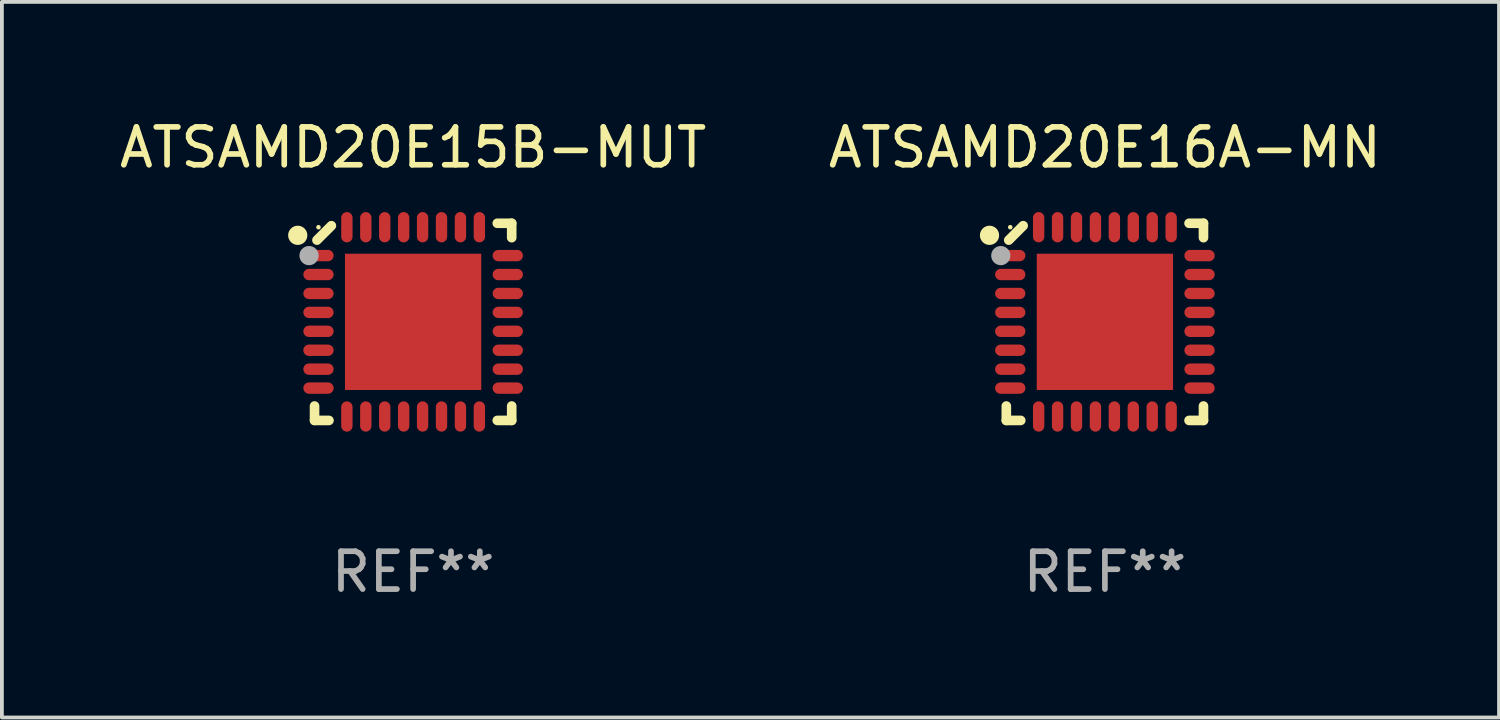
<source format=kicad_pcb>
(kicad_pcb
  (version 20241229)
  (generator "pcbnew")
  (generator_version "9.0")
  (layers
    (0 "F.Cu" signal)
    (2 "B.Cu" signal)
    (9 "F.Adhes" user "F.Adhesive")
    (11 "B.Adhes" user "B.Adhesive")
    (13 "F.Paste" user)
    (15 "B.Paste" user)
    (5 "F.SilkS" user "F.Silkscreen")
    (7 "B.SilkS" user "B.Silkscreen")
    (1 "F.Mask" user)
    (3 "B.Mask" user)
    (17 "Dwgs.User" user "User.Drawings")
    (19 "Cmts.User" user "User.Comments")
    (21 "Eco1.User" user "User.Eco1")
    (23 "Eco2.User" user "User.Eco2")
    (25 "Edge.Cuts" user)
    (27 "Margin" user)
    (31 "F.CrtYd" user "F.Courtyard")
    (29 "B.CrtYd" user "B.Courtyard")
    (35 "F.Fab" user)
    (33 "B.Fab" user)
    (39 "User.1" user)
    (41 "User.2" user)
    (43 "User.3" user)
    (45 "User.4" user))
  (footprint "ATSAMD20E16A-MN"
    (layer "F.Cu")
    (at 26.137 5.452)
    (property "Reference" "ATSAMD20E16A-MN" (at 0 -4.604 0) (layer "F.SilkS") (effects (font (size 1 1) (thickness 0.15))))
    (attr through_hole)
    (fp_line (start -2.604 2.223) (end -2.604 2.604) (stroke (width 0.254) (type solid)) (layer "F.SilkS"))
    (fp_line (start -2.604 2.604) (end -2.223 2.604) (stroke (width 0.254) (type solid)) (layer "F.SilkS"))
    (fp_line (start -2.159 -2.54) (end -2.54 -2.159) (stroke (width 0.254) (type solid)) (layer "F.SilkS"))
    (fp_line (start 2.223 2.604) (end 2.604 2.604) (stroke (width 0.254) (type solid)) (layer "F.SilkS"))
    (fp_line (start 2.604 -2.604) (end 2.223 -2.604) (stroke (width 0.254) (type solid)) (layer "F.SilkS"))
    (fp_line (start 2.604 -2.223) (end 2.604 -2.604) (stroke (width 0.254) (type solid)) (layer "F.SilkS"))
    (fp_line (start 2.604 2.604) (end 2.604 2.223) (stroke (width 0.254) (type solid)) (layer "F.SilkS"))
    (fp_circle (center -3.048 -2.286) (end -2.921 -2.286) (stroke (width 0.254) (type solid)) (fill no) (layer "F.SilkS"))
    (fp_circle (center -2.5 -2.5) (end -2.47 -2.5) (stroke (width 0.06) (type solid)) (fill no) (layer "F.SilkS"))
    (fp_circle (center -2.75 -1.75) (end -2.623 -1.75) (stroke (width 0.254) (type solid)) (fill no) (layer "F.Fab"))
    (fp_text user "REF**" (at 0 6.604 0) (layer "F.Fab") (effects (font (size 1 1) (thickness 0.15))))
    (pad "1" smd oval (at -2.5 -1.75) (size 0.8 0.3) (layers "F.Cu" "F.Mask" "F.Paste"))
    (pad "2" smd oval (at -2.5 -1.25) (size 0.8 0.3) (layers "F.Cu" "F.Mask" "F.Paste"))
    (pad "3" smd oval (at -2.5 -0.75) (size 0.8 0.3) (layers "F.Cu" "F.Mask" "F.Paste"))
    (pad "4" smd oval (at -2.5 -0.25) (size 0.8 0.3) (layers "F.Cu" "F.Mask" "F.Paste"))
    (pad "5" smd oval (at -2.5 0.25) (size 0.8 0.3) (layers "F.Cu" "F.Mask" "F.Paste"))
    (pad "6" smd oval (at -2.5 0.75) (size 0.8 0.3) (layers "F.Cu" "F.Mask" "F.Paste"))
    (pad "7" smd oval (at -2.5 1.25) (size 0.8 0.3) (layers "F.Cu" "F.Mask" "F.Paste"))
    (pad "8" smd oval (at -2.5 1.75) (size 0.8 0.3) (layers "F.Cu" "F.Mask" "F.Paste"))
    (pad "9" smd oval (at -1.75 2.5) (size 0.3 0.8) (layers "F.Cu" "F.Mask" "F.Paste"))
    (pad "10" smd oval (at -1.25 2.5) (size 0.3 0.8) (layers "F.Cu" "F.Mask" "F.Paste"))
    (pad "11" smd oval (at -0.75 2.5) (size 0.3 0.8) (layers "F.Cu" "F.Mask" "F.Paste"))
    (pad "12" smd oval (at -0.25 2.5) (size 0.3 0.8) (layers "F.Cu" "F.Mask" "F.Paste"))
    (pad "13" smd oval (at 0.25 2.5) (size 0.3 0.8) (layers "F.Cu" "F.Mask" "F.Paste"))
    (pad "14" smd oval (at 0.75 2.5) (size 0.3 0.8) (layers "F.Cu" "F.Mask" "F.Paste"))
    (pad "15" smd oval (at 1.25 2.5) (size 0.3 0.8) (layers "F.Cu" "F.Mask" "F.Paste"))
    (pad "16" smd oval (at 1.75 2.5) (size 0.3 0.8) (layers "F.Cu" "F.Mask" "F.Paste"))
    (pad "17" smd oval (at 2.5 1.75) (size 0.8 0.3) (layers "F.Cu" "F.Mask" "F.Paste"))
    (pad "18" smd oval (at 2.5 1.25) (size 0.8 0.3) (layers "F.Cu" "F.Mask" "F.Paste"))
    (pad "19" smd oval (at 2.5 0.75) (size 0.8 0.3) (layers "F.Cu" "F.Mask" "F.Paste"))
    (pad "20" smd oval (at 2.5 0.25) (size 0.8 0.3) (layers "F.Cu" "F.Mask" "F.Paste"))
    (pad "21" smd oval (at 2.5 -0.25) (size 0.8 0.3) (layers "F.Cu" "F.Mask" "F.Paste"))
    (pad "22" smd oval (at 2.5 -0.75) (size 0.8 0.3) (layers "F.Cu" "F.Mask" "F.Paste"))
    (pad "23" smd oval (at 2.5 -1.25) (size 0.8 0.3) (layers "F.Cu" "F.Mask" "F.Paste"))
    (pad "24" smd oval (at 2.5 -1.75) (size 0.8 0.3) (layers "F.Cu" "F.Mask" "F.Paste"))
    (pad "25" smd oval (at 1.75 -2.5) (size 0.3 0.8) (layers "F.Cu" "F.Mask" "F.Paste"))
    (pad "26" smd oval (at 1.25 -2.5) (size 0.3 0.8) (layers "F.Cu" "F.Mask" "F.Paste"))
    (pad "27" smd oval (at 0.75 -2.5) (size 0.3 0.8) (layers "F.Cu" "F.Mask" "F.Paste"))
    (pad "28" smd oval (at 0.25 -2.5) (size 0.3 0.8) (layers "F.Cu" "F.Mask" "F.Paste"))
    (pad "29" smd oval (at -0.25 -2.5) (size 0.3 0.8) (layers "F.Cu" "F.Mask" "F.Paste"))
    (pad "30" smd oval (at -0.75 -2.5) (size 0.3 0.8) (layers "F.Cu" "F.Mask" "F.Paste"))
    (pad "31" smd oval (at -1.25 -2.5) (size 0.3 0.8) (layers "F.Cu" "F.Mask" "F.Paste"))
    (pad "32" smd oval (at -1.75 -2.5) (size 0.3 0.8) (layers "F.Cu" "F.Mask" "F.Paste"))
    (pad "33" smd rect (at -0.000076 0) (size 3.6 3.6) (layers "F.Cu" "F.Mask" "F.Paste")))
  (footprint "ATSAMD20E15B-MUT"
    (layer "F.Cu")
    (at 7.863 5.452)
    (property "Reference" "ATSAMD20E15B-MUT" (at 0 -4.604 0) (layer "F.SilkS") (effects (font (size 1 1) (thickness 0.15))))
    (attr through_hole)
    (fp_line (start -2.604 2.223) (end -2.604 2.604) (stroke (width 0.254) (type solid)) (layer "F.SilkS"))
    (fp_line (start -2.604 2.604) (end -2.223 2.604) (stroke (width 0.254) (type solid)) (layer "F.SilkS"))
    (fp_line (start -2.159 -2.54) (end -2.54 -2.159) (stroke (width 0.254) (type solid)) (layer "F.SilkS"))
    (fp_line (start 2.223 2.604) (end 2.604 2.604) (stroke (width 0.254) (type solid)) (layer "F.SilkS"))
    (fp_line (start 2.604 -2.604) (end 2.223 -2.604) (stroke (width 0.254) (type solid)) (layer "F.SilkS"))
    (fp_line (start 2.604 -2.223) (end 2.604 -2.604) (stroke (width 0.254) (type solid)) (layer "F.SilkS"))
    (fp_line (start 2.604 2.604) (end 2.604 2.223) (stroke (width 0.254) (type solid)) (layer "F.SilkS"))
    (fp_circle (center -3.048 -2.286) (end -2.921 -2.286) (stroke (width 0.254) (type solid)) (fill no) (layer "F.SilkS"))
    (fp_circle (center -2.5 -2.5) (end -2.47 -2.5) (stroke (width 0.06) (type solid)) (fill no) (layer "F.SilkS"))
    (fp_circle (center -2.75 -1.75) (end -2.623 -1.75) (stroke (width 0.254) (type solid)) (fill no) (layer "F.Fab"))
    (fp_text user "REF**" (at 0 6.604 0) (layer "F.Fab") (effects (font (size 1 1) (thickness 0.15))))
    (pad "1" smd oval (at -2.5 -1.75) (size 0.8 0.3) (layers "F.Cu" "F.Mask" "F.Paste"))
    (pad "2" smd oval (at -2.5 -1.25) (size 0.8 0.3) (layers "F.Cu" "F.Mask" "F.Paste"))
    (pad "3" smd oval (at -2.5 -0.75) (size 0.8 0.3) (layers "F.Cu" "F.Mask" "F.Paste"))
    (pad "4" smd oval (at -2.5 -0.25) (size 0.8 0.3) (layers "F.Cu" "F.Mask" "F.Paste"))
    (pad "5" smd oval (at -2.5 0.25) (size 0.8 0.3) (layers "F.Cu" "F.Mask" "F.Paste"))
    (pad "6" smd oval (at -2.5 0.75) (size 0.8 0.3) (layers "F.Cu" "F.Mask" "F.Paste"))
    (pad "7" smd oval (at -2.5 1.25) (size 0.8 0.3) (layers "F.Cu" "F.Mask" "F.Paste"))
    (pad "8" smd oval (at -2.5 1.75) (size 0.8 0.3) (layers "F.Cu" "F.Mask" "F.Paste"))
    (pad "9" smd oval (at -1.75 2.5) (size 0.3 0.8) (layers "F.Cu" "F.Mask" "F.Paste"))
    (pad "10" smd oval (at -1.25 2.5) (size 0.3 0.8) (layers "F.Cu" "F.Mask" "F.Paste"))
    (pad "11" smd oval (at -0.75 2.5) (size 0.3 0.8) (layers "F.Cu" "F.Mask" "F.Paste"))
    (pad "12" smd oval (at -0.25 2.5) (size 0.3 0.8) (layers "F.Cu" "F.Mask" "F.Paste"))
    (pad "13" smd oval (at 0.25 2.5) (size 0.3 0.8) (layers "F.Cu" "F.Mask" "F.Paste"))
    (pad "14" smd oval (at 0.75 2.5) (size 0.3 0.8) (layers "F.Cu" "F.Mask" "F.Paste"))
    (pad "15" smd oval (at 1.25 2.5) (size 0.3 0.8) (layers "F.Cu" "F.Mask" "F.Paste"))
    (pad "16" smd oval (at 1.75 2.5) (size 0.3 0.8) (layers "F.Cu" "F.Mask" "F.Paste"))
    (pad "17" smd oval (at 2.5 1.75) (size 0.8 0.3) (layers "F.Cu" "F.Mask" "F.Paste"))
    (pad "18" smd oval (at 2.5 1.25) (size 0.8 0.3) (layers "F.Cu" "F.Mask" "F.Paste"))
    (pad "19" smd oval (at 2.5 0.75) (size 0.8 0.3) (layers "F.Cu" "F.Mask" "F.Paste"))
    (pad "20" smd oval (at 2.5 0.25) (size 0.8 0.3) (layers "F.Cu" "F.Mask" "F.Paste"))
    (pad "21" smd oval (at 2.5 -0.25) (size 0.8 0.3) (layers "F.Cu" "F.Mask" "F.Paste"))
    (pad "22" smd oval (at 2.5 -0.75) (size 0.8 0.3) (layers "F.Cu" "F.Mask" "F.Paste"))
    (pad "23" smd oval (at 2.5 -1.25) (size 0.8 0.3) (layers "F.Cu" "F.Mask" "F.Paste"))
    (pad "24" smd oval (at 2.5 -1.75) (size 0.8 0.3) (layers "F.Cu" "F.Mask" "F.Paste"))
    (pad "25" smd oval (at 1.75 -2.5) (size 0.3 0.8) (layers "F.Cu" "F.Mask" "F.Paste"))
    (pad "26" smd oval (at 1.25 -2.5) (size 0.3 0.8) (layers "F.Cu" "F.Mask" "F.Paste"))
    (pad "27" smd oval (at 0.75 -2.5) (size 0.3 0.8) (layers "F.Cu" "F.Mask" "F.Paste"))
    (pad "28" smd oval (at 0.25 -2.5) (size 0.3 0.8) (layers "F.Cu" "F.Mask" "F.Paste"))
    (pad "29" smd oval (at -0.25 -2.5) (size 0.3 0.8) (layers "F.Cu" "F.Mask" "F.Paste"))
    (pad "30" smd oval (at -0.75 -2.5) (size 0.3 0.8) (layers "F.Cu" "F.Mask" "F.Paste"))
    (pad "31" smd oval (at -1.25 -2.5) (size 0.3 0.8) (layers "F.Cu" "F.Mask" "F.Paste"))
    (pad "32" smd oval (at -1.75 -2.5) (size 0.3 0.8) (layers "F.Cu" "F.Mask" "F.Paste"))
    (pad "33" smd rect (at -0.000076 0) (size 3.6 3.6) (layers "F.Cu" "F.Mask" "F.Paste")))
  (gr_rect
    (start -3 -3)
    (end 36.548 15.904)
    (stroke (width 0.1) (type default))
    (fill no)
    (layer "Edge.Cuts")))
</source>
